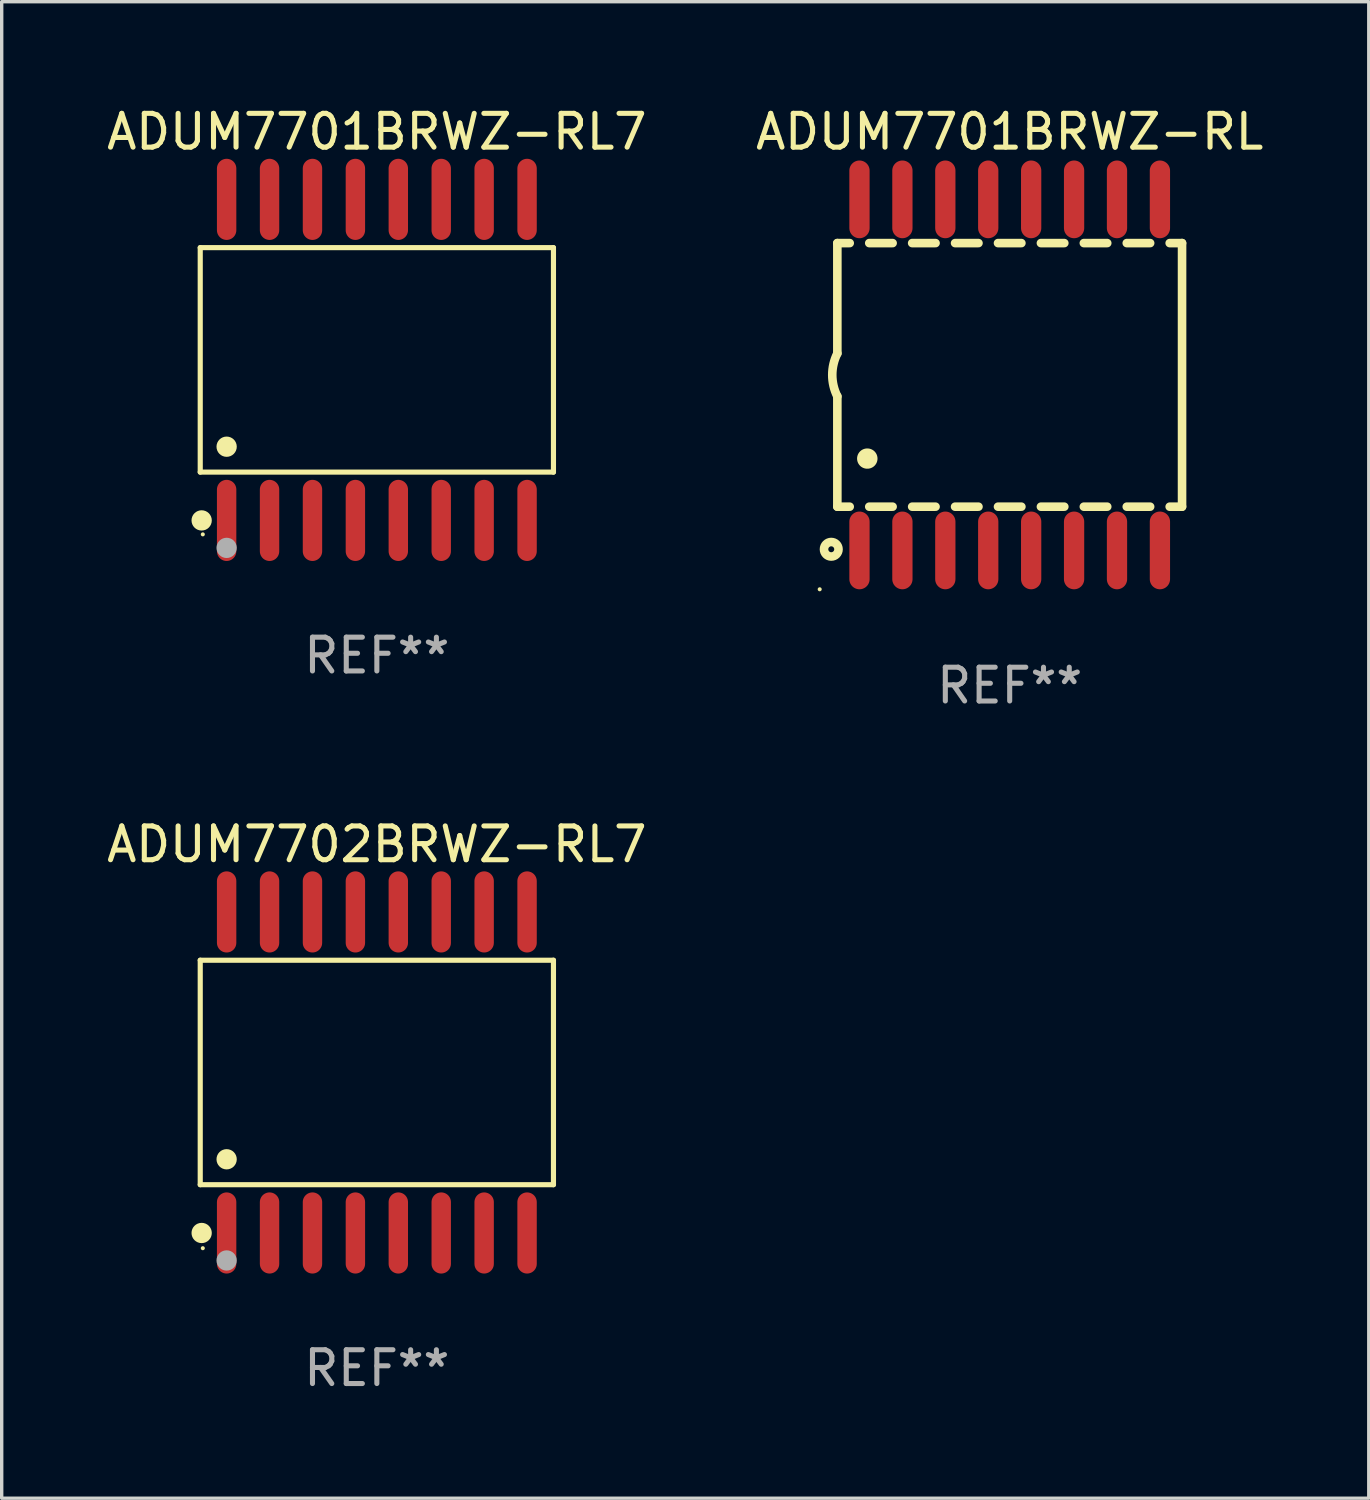
<source format=kicad_pcb>
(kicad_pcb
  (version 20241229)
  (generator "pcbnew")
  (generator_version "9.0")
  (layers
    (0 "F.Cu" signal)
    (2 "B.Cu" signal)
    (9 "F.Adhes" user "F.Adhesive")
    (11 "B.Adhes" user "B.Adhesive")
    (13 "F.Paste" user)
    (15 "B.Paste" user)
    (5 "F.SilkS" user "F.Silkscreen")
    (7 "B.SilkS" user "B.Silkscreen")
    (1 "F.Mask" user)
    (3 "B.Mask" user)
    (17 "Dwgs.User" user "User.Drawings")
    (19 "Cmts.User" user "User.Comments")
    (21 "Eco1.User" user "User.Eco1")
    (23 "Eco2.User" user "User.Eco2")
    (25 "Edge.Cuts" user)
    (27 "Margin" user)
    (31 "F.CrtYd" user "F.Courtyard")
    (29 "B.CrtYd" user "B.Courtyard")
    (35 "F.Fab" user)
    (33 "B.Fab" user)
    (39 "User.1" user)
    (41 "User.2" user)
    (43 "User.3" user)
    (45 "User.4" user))
  (footprint "ADUM7702BRWZ-RL7"
    (layer "F.Cu")
    (at 8.101 28.684)
    (property "Reference" "ADUM7702BRWZ-RL7" (at 0 -6.75 0) (layer "F.SilkS") (effects (font (size 1 1) (thickness 0.15))))
    (attr through_hole)
    (fp_line (start -5.226 -3.321) (end 5.226 -3.321) (stroke (width 0.152) (type solid)) (layer "F.SilkS"))
    (fp_line (start -5.226 3.321) (end -5.226 -3.321) (stroke (width 0.152) (type solid)) (layer "F.SilkS"))
    (fp_line (start 5.226 -3.321) (end 5.226 3.321) (stroke (width 0.152) (type solid)) (layer "F.SilkS"))
    (fp_line (start 5.226 3.321) (end -5.226 3.321) (stroke (width 0.152) (type solid)) (layer "F.SilkS"))
    (fp_circle (center -5.184 4.75) (end -5.034 4.75) (stroke (width 0.3) (type solid)) (fill no) (layer "F.SilkS"))
    (fp_circle (center -5.15 5.2) (end -5.12 5.2) (stroke (width 0.06) (type solid)) (fill no) (layer "F.SilkS"))
    (fp_circle (center -4.445 2.569) (end -4.295 2.569) (stroke (width 0.3) (type solid)) (fill no) (layer "F.SilkS"))
    (fp_circle (center -4.445 5.563) (end -4.295 5.563) (stroke (width 0.3) (type solid)) (fill no) (layer "F.Fab"))
    (fp_text user "REF**" (at 0 8.75 0) (layer "F.Fab") (effects (font (size 1 1) (thickness 0.15))))
    (pad "1" smd oval (at -4.445 4.75) (size 0.574 2.401) (layers "F.Cu" "F.Mask" "F.Paste"))
    (pad "2" smd oval (at -3.175 4.75) (size 0.574 2.401) (layers "F.Cu" "F.Mask" "F.Paste"))
    (pad "3" smd oval (at -1.905 4.75) (size 0.574 2.401) (layers "F.Cu" "F.Mask" "F.Paste"))
    (pad "4" smd oval (at -0.635 4.75) (size 0.574 2.401) (layers "F.Cu" "F.Mask" "F.Paste"))
    (pad "5" smd oval (at 0.635 4.75) (size 0.574 2.401) (layers "F.Cu" "F.Mask" "F.Paste"))
    (pad "6" smd oval (at 1.905 4.75) (size 0.574 2.401) (layers "F.Cu" "F.Mask" "F.Paste"))
    (pad "7" smd oval (at 3.175 4.75) (size 0.574 2.401) (layers "F.Cu" "F.Mask" "F.Paste"))
    (pad "8" smd oval (at 4.445 4.75) (size 0.574 2.401) (layers "F.Cu" "F.Mask" "F.Paste"))
    (pad "9" smd oval (at 4.445 -4.75) (size 0.574 2.401) (layers "F.Cu" "F.Mask" "F.Paste"))
    (pad "10" smd oval (at 3.175 -4.75) (size 0.574 2.401) (layers "F.Cu" "F.Mask" "F.Paste"))
    (pad "11" smd oval (at 1.905 -4.75) (size 0.574 2.401) (layers "F.Cu" "F.Mask" "F.Paste"))
    (pad "12" smd oval (at 0.635 -4.75) (size 0.574 2.401) (layers "F.Cu" "F.Mask" "F.Paste"))
    (pad "13" smd oval (at -0.635 -4.75) (size 0.574 2.401) (layers "F.Cu" "F.Mask" "F.Paste"))
    (pad "14" smd oval (at -1.905 -4.75) (size 0.574 2.401) (layers "F.Cu" "F.Mask" "F.Paste"))
    (pad "15" smd oval (at -3.175 -4.75) (size 0.574 2.401) (layers "F.Cu" "F.Mask" "F.Paste"))
    (pad "16" smd oval (at -4.445 -4.75) (size 0.574 2.401) (layers "F.Cu" "F.Mask" "F.Paste")))
  (footprint "ADUM7701BRWZ-RL"
    (layer "F.Cu")
    (at 26.827 8.043)
    (property "Reference" "ADUM7701BRWZ-RL" (at 0 -7.194 0) (layer "F.SilkS") (effects (font (size 1 1) (thickness 0.15))))
    (attr through_hole)
    (fp_line (start -5.1 -3.9) (end -5.1 -0.635) (stroke (width 0.254) (type solid)) (layer "F.SilkS"))
    (fp_line (start -5.1 -3.9) (end -4.734 -3.9) (stroke (width 0.254) (type solid)) (layer "F.SilkS"))
    (fp_line (start -5.1 3.9) (end -5.1 0.635) (stroke (width 0.254) (type solid)) (layer "F.SilkS"))
    (fp_line (start -5.1 3.9) (end -4.734 3.9) (stroke (width 0.254) (type solid)) (layer "F.SilkS"))
    (fp_line (start -4.156 -3.9) (end -3.464 -3.9) (stroke (width 0.254) (type solid)) (layer "F.SilkS"))
    (fp_line (start -4.156 3.9) (end -3.464 3.9) (stroke (width 0.254) (type solid)) (layer "F.SilkS"))
    (fp_line (start -2.886 -3.9) (end -2.194 -3.9) (stroke (width 0.254) (type solid)) (layer "F.SilkS"))
    (fp_line (start -2.886 3.9) (end -2.194 3.9) (stroke (width 0.254) (type solid)) (layer "F.SilkS"))
    (fp_line (start -1.616 -3.9) (end -0.924 -3.9) (stroke (width 0.254) (type solid)) (layer "F.SilkS"))
    (fp_line (start -1.616 3.9) (end -0.924 3.9) (stroke (width 0.254) (type solid)) (layer "F.SilkS"))
    (fp_line (start -0.346 -3.9) (end 0.346 -3.9) (stroke (width 0.254) (type solid)) (layer "F.SilkS"))
    (fp_line (start -0.346 3.9) (end 0.346 3.9) (stroke (width 0.254) (type solid)) (layer "F.SilkS"))
    (fp_line (start 0.924 -3.9) (end 1.616 -3.9) (stroke (width 0.254) (type solid)) (layer "F.SilkS"))
    (fp_line (start 0.924 3.9) (end 1.616 3.9) (stroke (width 0.254) (type solid)) (layer "F.SilkS"))
    (fp_line (start 2.194 -3.9) (end 2.886 -3.9) (stroke (width 0.254) (type solid)) (layer "F.SilkS"))
    (fp_line (start 2.194 3.9) (end 2.886 3.9) (stroke (width 0.254) (type solid)) (layer "F.SilkS"))
    (fp_line (start 3.464 -3.9) (end 4.156 -3.9) (stroke (width 0.254) (type solid)) (layer "F.SilkS"))
    (fp_line (start 3.464 3.9) (end 4.156 3.9) (stroke (width 0.254) (type solid)) (layer "F.SilkS"))
    (fp_line (start 4.734 -3.9) (end 5.1 -3.9) (stroke (width 0.254) (type solid)) (layer "F.SilkS"))
    (fp_line (start 4.734 3.9) (end 5.1 3.9) (stroke (width 0.254) (type solid)) (layer "F.SilkS"))
    (fp_line (start 5.1 3.9) (end 5.1 -3.9) (stroke (width 0.254) (type solid)) (layer "F.SilkS"))
    (fp_arc (start -5.100343 0.635002) (mid -5.25016 -0.00003) (end -5.100089 -0.635001) (stroke (width 0.254001) (type solid)) (layer "F.SilkS"))
    (fp_arc (start -4.216421 2.476505) (mid -4.213881 2.476494) (end -4.211341 2.476505) (stroke (width 0.6) (type solid)) (layer "F.SilkS"))
    (fp_circle (center -5.622 6.344) (end -5.592 6.344) (stroke (width 0.06) (type solid)) (fill no) (layer "F.SilkS"))
    (fp_circle (center -5.28 5.16) (end -5.065 5.16) (stroke (width 0.254) (type solid)) (fill no) (layer "F.SilkS"))
    (fp_text user "REF**" (at 0 9.194 0) (layer "F.Fab") (effects (font (size 1 1) (thickness 0.15))))
    (pad "1" smd oval (at -4.445 5.194 180) (size 0.6 2.3) (layers "F.Cu" "F.Mask" "F.Paste"))
    (pad "2" smd oval (at -3.175 5.194 180) (size 0.6 2.3) (layers "F.Cu" "F.Mask" "F.Paste"))
    (pad "3" smd oval (at -1.905 5.194 180) (size 0.6 2.3) (layers "F.Cu" "F.Mask" "F.Paste"))
    (pad "4" smd oval (at -0.635 5.194 180) (size 0.6 2.3) (layers "F.Cu" "F.Mask" "F.Paste"))
    (pad "5" smd oval (at 0.635 5.194 180) (size 0.6 2.3) (layers "F.Cu" "F.Mask" "F.Paste"))
    (pad "6" smd oval (at 1.905 5.194 180) (size 0.6 2.3) (layers "F.Cu" "F.Mask" "F.Paste"))
    (pad "7" smd oval (at 3.175 5.194 180) (size 0.6 2.3) (layers "F.Cu" "F.Mask" "F.Paste"))
    (pad "8" smd oval (at 4.445 5.194 180) (size 0.6 2.3) (layers "F.Cu" "F.Mask" "F.Paste"))
    (pad "9" smd oval (at 4.445 -5.194 180) (size 0.6 2.3) (layers "F.Cu" "F.Mask" "F.Paste"))
    (pad "10" smd oval (at 3.175 -5.194 180) (size 0.6 2.3) (layers "F.Cu" "F.Mask" "F.Paste"))
    (pad "11" smd oval (at 1.905 -5.194 180) (size 0.6 2.3) (layers "F.Cu" "F.Mask" "F.Paste"))
    (pad "12" smd oval (at 0.635 -5.194 180) (size 0.6 2.3) (layers "F.Cu" "F.Mask" "F.Paste"))
    (pad "13" smd oval (at -0.635 -5.194 180) (size 0.6 2.3) (layers "F.Cu" "F.Mask" "F.Paste"))
    (pad "14" smd oval (at -1.905 -5.194 180) (size 0.6 2.3) (layers "F.Cu" "F.Mask" "F.Paste"))
    (pad "15" smd oval (at -3.175 -5.194 180) (size 0.6 2.3) (layers "F.Cu" "F.Mask" "F.Paste"))
    (pad "16" smd oval (at -4.445 -5.194 180) (size 0.6 2.3) (layers "F.Cu" "F.Mask" "F.Paste")))
  (footprint "ADUM7701BRWZ-RL7"
    (layer "F.Cu")
    (at 8.101 7.599)
    (property "Reference" "ADUM7701BRWZ-RL7" (at 0 -6.75 0) (layer "F.SilkS") (effects (font (size 1 1) (thickness 0.15))))
    (attr through_hole)
    (fp_line (start -5.226 -3.321) (end 5.226 -3.321) (stroke (width 0.152) (type solid)) (layer "F.SilkS"))
    (fp_line (start -5.226 3.321) (end -5.226 -3.321) (stroke (width 0.152) (type solid)) (layer "F.SilkS"))
    (fp_line (start 5.226 -3.321) (end 5.226 3.321) (stroke (width 0.152) (type solid)) (layer "F.SilkS"))
    (fp_line (start 5.226 3.321) (end -5.226 3.321) (stroke (width 0.152) (type solid)) (layer "F.SilkS"))
    (fp_circle (center -5.184 4.75) (end -5.034 4.75) (stroke (width 0.3) (type solid)) (fill no) (layer "F.SilkS"))
    (fp_circle (center -5.15 5.163) (end -5.12 5.163) (stroke (width 0.06) (type solid)) (fill no) (layer "F.SilkS"))
    (fp_circle (center -4.445 2.569) (end -4.295 2.569) (stroke (width 0.3) (type solid)) (fill no) (layer "F.SilkS"))
    (fp_circle (center -4.445 5.563) (end -4.295 5.563) (stroke (width 0.3) (type solid)) (fill no) (layer "F.Fab"))
    (fp_text user "REF**" (at 0 8.75 0) (layer "F.Fab") (effects (font (size 1 1) (thickness 0.15))))
    (pad "1" smd oval (at -4.445 4.75) (size 0.574 2.401) (layers "F.Cu" "F.Mask" "F.Paste"))
    (pad "2" smd oval (at -3.175 4.75) (size 0.574 2.401) (layers "F.Cu" "F.Mask" "F.Paste"))
    (pad "3" smd oval (at -1.905 4.75) (size 0.574 2.401) (layers "F.Cu" "F.Mask" "F.Paste"))
    (pad "4" smd oval (at -0.635 4.75) (size 0.574 2.401) (layers "F.Cu" "F.Mask" "F.Paste"))
    (pad "5" smd oval (at 0.635 4.75) (size 0.574 2.401) (layers "F.Cu" "F.Mask" "F.Paste"))
    (pad "6" smd oval (at 1.905 4.75) (size 0.574 2.401) (layers "F.Cu" "F.Mask" "F.Paste"))
    (pad "7" smd oval (at 3.175 4.75) (size 0.574 2.401) (layers "F.Cu" "F.Mask" "F.Paste"))
    (pad "8" smd oval (at 4.445 4.75) (size 0.574 2.401) (layers "F.Cu" "F.Mask" "F.Paste"))
    (pad "9" smd oval (at 4.445 -4.75) (size 0.574 2.401) (layers "F.Cu" "F.Mask" "F.Paste"))
    (pad "10" smd oval (at 3.175 -4.75) (size 0.574 2.401) (layers "F.Cu" "F.Mask" "F.Paste"))
    (pad "11" smd oval (at 1.905 -4.75) (size 0.574 2.401) (layers "F.Cu" "F.Mask" "F.Paste"))
    (pad "12" smd oval (at 0.635 -4.75) (size 0.574 2.401) (layers "F.Cu" "F.Mask" "F.Paste"))
    (pad "13" smd oval (at -0.635 -4.75) (size 0.574 2.401) (layers "F.Cu" "F.Mask" "F.Paste"))
    (pad "14" smd oval (at -1.905 -4.75) (size 0.574 2.401) (layers "F.Cu" "F.Mask" "F.Paste"))
    (pad "15" smd oval (at -3.175 -4.75) (size 0.574 2.401) (layers "F.Cu" "F.Mask" "F.Paste"))
    (pad "16" smd oval (at -4.445 -4.75) (size 0.574 2.401) (layers "F.Cu" "F.Mask" "F.Paste")))
  (gr_rect
    (start -3 -3)
    (end 37.452 41.282)
    (stroke (width 0.1) (type default))
    (fill no)
    (layer "Edge.Cuts")))
</source>
